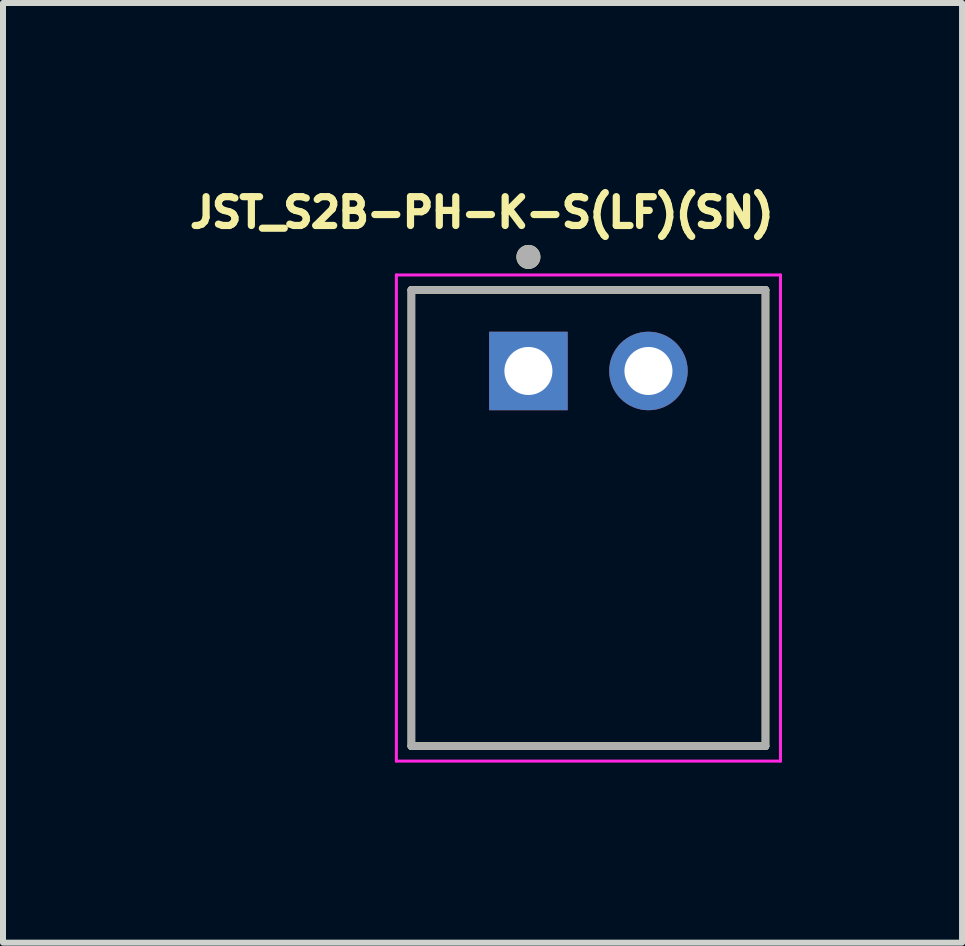
<source format=kicad_pcb>
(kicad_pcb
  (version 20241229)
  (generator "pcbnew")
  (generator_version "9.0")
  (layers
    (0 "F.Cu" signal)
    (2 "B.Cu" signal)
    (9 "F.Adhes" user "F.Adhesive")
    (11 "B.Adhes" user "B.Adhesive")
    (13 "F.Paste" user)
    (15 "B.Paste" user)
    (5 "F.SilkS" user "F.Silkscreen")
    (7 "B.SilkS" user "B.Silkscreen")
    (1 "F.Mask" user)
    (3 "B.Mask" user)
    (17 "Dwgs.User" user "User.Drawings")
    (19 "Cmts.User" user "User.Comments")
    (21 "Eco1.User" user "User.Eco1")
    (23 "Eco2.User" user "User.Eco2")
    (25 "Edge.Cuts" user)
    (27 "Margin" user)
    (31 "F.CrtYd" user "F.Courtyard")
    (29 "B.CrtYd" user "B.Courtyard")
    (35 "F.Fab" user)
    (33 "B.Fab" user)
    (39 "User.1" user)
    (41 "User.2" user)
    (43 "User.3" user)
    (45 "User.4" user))
  (footprint "JST_S2B-PH-K-S(LF)(SN)"
    (layer "F.Cu")
    (at 6.754 3.131)
    (property "Reference" "JST_S2B-PH-K-S(LF)(SN)" (at -1.776 -2.64 0) (layer "F.SilkS") (effects (font (size 0.48 0.48) (thickness 0.15))))
    (attr through_hole)
    (fp_line (start -2.95 -1.35) (end 2.95 -1.35) (stroke (width 0.127) (type solid)) (layer "F.SilkS"))
    (fp_line (start -2.95 6.25) (end -2.95 -1.35) (stroke (width 0.127) (type solid)) (layer "F.SilkS"))
    (fp_line (start 2.95 -1.35) (end 2.95 6.25) (stroke (width 0.127) (type solid)) (layer "F.SilkS"))
    (fp_line (start 2.95 6.25) (end -2.95 6.25) (stroke (width 0.127) (type solid)) (layer "F.SilkS"))
    (fp_circle (center -1 -1.9) (end -0.9 -1.9) (stroke (width 0.2) (type solid)) (fill no) (layer "F.SilkS"))
    (fp_line (start -3.2 -1.6) (end 3.2 -1.6) (stroke (width 0.05) (type solid)) (layer "F.CrtYd"))
    (fp_line (start -3.2 6.5) (end -3.2 -1.6) (stroke (width 0.05) (type solid)) (layer "F.CrtYd"))
    (fp_line (start 3.2 -1.6) (end 3.2 6.5) (stroke (width 0.05) (type solid)) (layer "F.CrtYd"))
    (fp_line (start 3.2 6.5) (end -3.2 6.5) (stroke (width 0.05) (type solid)) (layer "F.CrtYd"))
    (fp_line (start -2.95 -1.35) (end 2.95 -1.35) (stroke (width 0.127) (type solid)) (layer "F.Fab"))
    (fp_line (start -2.95 6.25) (end -2.95 -1.35) (stroke (width 0.127) (type solid)) (layer "F.Fab"))
    (fp_line (start 2.95 -1.35) (end 2.95 6.25) (stroke (width 0.127) (type solid)) (layer "F.Fab"))
    (fp_line (start 2.95 6.25) (end -2.95 6.25) (stroke (width 0.127) (type solid)) (layer "F.Fab"))
    (fp_circle (center -1 -1.9) (end -0.9 -1.9) (stroke (width 0.2) (type solid)) (fill no) (layer "F.Fab"))
    (pad "1" thru_hole rect (at -1 0) (size 1.308 1.308) (drill 0.8) (layers "*.Cu" "*.Mask"))
    (pad "2" thru_hole circle (at 1 0) (size 1.308 1.308) (drill 0.8) (layers "*.Cu" "*.Mask")))
  (gr_rect
    (start -3 -3)
    (end 12.979 12.656)
    (stroke (width 0.1) (type default))
    (fill no)
    (layer "Edge.Cuts")))
</source>
